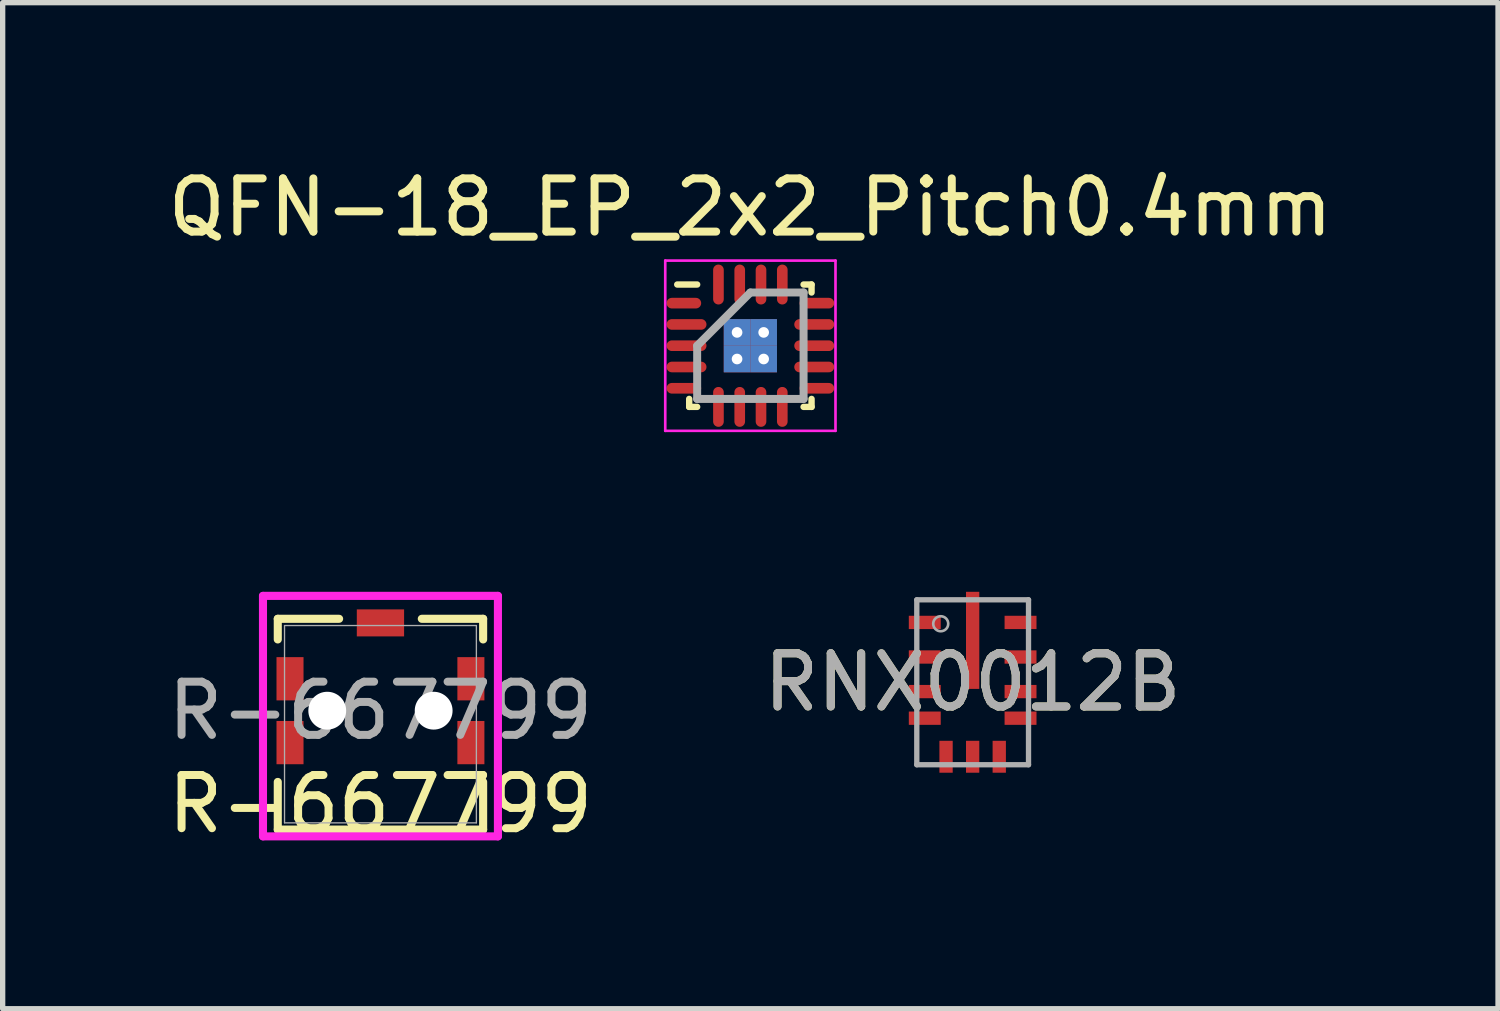
<source format=kicad_pcb>
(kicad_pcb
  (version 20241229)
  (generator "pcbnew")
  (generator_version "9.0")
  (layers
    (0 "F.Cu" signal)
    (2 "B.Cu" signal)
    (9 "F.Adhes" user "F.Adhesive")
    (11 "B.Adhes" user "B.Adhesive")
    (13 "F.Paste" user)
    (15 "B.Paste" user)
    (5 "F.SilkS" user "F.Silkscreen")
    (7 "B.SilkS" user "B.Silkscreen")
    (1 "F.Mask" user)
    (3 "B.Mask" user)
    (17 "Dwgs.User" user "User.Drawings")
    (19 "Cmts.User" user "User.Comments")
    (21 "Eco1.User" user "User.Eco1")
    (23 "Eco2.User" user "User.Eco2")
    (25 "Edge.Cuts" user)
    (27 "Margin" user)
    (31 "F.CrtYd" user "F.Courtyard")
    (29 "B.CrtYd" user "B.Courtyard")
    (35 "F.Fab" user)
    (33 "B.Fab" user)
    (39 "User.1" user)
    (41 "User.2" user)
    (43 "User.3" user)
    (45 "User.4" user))
  (footprint "RNX0012B"
    (layer "F.Cu")
    (at 15.232 9.774)
    (property "Reference" "RNX0012B" (at 0 0 0) (unlocked yes) (layer "F.SilkS") (effects (font (size 1 1) (thickness 0.15))))
    (attr smd)
    (fp_poly (pts (xy -0.125 -0.939) (xy -0.125 -1.651) (xy -0.124 -1.661) (xy -0.121 -1.67) (xy -0.117 -1.679) (xy -0.11 -1.686) (xy -0.103 -1.693) (xy -0.094 -1.697) (xy -0.085 -1.7) (xy -0.075 -1.701) (xy 0.075 -1.701) (xy 0.085 -1.7) (xy 0.094 -1.697) (xy 0.103 -1.693) (xy 0.11 -1.686) (xy 0.117 -1.679) (xy 0.121 -1.67) (xy 0.124 -1.661) (xy 0.125 -1.651) (xy 0.125 -0.939) (xy 0.124 -0.929) (xy 0.121 -0.92) (xy 0.117 -0.911) (xy 0.11 -0.904) (xy 0.103 -0.897) (xy 0.094 -0.893) (xy 0.085 -0.89) (xy 0.075 -0.889) (xy -0.075 -0.889) (xy -0.085 -0.89) (xy -0.094 -0.893) (xy -0.103 -0.897) (xy -0.11 -0.904) (xy -0.117 -0.911) (xy -0.121 -0.92) (xy -0.124 -0.929)) (stroke (width 0) (type solid)) (fill yes) (layer "F.Paste"))
    (fp_poly (pts (xy -0.125 0.076) (xy -0.125 -0.636) (xy -0.124 -0.646) (xy -0.121 -0.655) (xy -0.117 -0.664) (xy -0.11 -0.671) (xy -0.103 -0.678) (xy -0.094 -0.682) (xy -0.085 -0.685) (xy -0.075 -0.686) (xy 0.075 -0.686) (xy 0.085 -0.685) (xy 0.094 -0.682) (xy 0.103 -0.678) (xy 0.11 -0.671) (xy 0.117 -0.664) (xy 0.121 -0.655) (xy 0.124 -0.646) (xy 0.125 -0.636) (xy 0.125 0.076) (xy 0.124 0.086) (xy 0.121 0.095) (xy 0.117 0.104) (xy 0.11 0.111) (xy 0.103 0.118) (xy 0.094 0.122) (xy 0.085 0.125) (xy 0.075 0.126) (xy -0.075 0.126) (xy -0.085 0.125) (xy -0.094 0.122) (xy -0.103 0.118) (xy -0.11 0.111) (xy -0.117 0.104) (xy -0.121 0.095) (xy -0.124 0.086)) (stroke (width 0) (type solid)) (fill yes) (layer "F.Paste"))
    (fp_line (start -1.05 -1.55) (end 1.05 -1.55) (stroke (width 0.1) (type solid)) (layer "F.Fab"))
    (fp_line (start -1.05 1.55) (end -1.05 -1.55) (stroke (width 0.1) (type solid)) (layer "F.Fab"))
    (fp_line (start -1.05 1.55) (end 1.05 1.55) (stroke (width 0.1) (type solid)) (layer "F.Fab"))
    (fp_line (start 1.05 1.55) (end 1.05 -1.55) (stroke (width 0.1) (type solid)) (layer "F.Fab"))
    (fp_circle (center -0.6 -1.1) (end -0.459 -1.1) (stroke (width 0.05) (type solid)) (fill no) (layer "F.Fab"))
    (fp_text user "${REFERENCE}" (at 0 0 0) (unlocked yes) (layer "F.Fab") (effects (font (size 1 1) (thickness 0.15))))
    (pad "1" smd rect (at -0.9 -1.125) (size 0.6 0.25) (layers "F.Cu" "F.Mask" "F.Paste"))
    (pad "2" smd rect (at -0.9 -0.475) (size 0.6 0.25) (layers "F.Cu" "F.Mask" "F.Paste"))
    (pad "3" smd rect (at -0.9 0.175) (size 0.6 0.25) (layers "F.Cu" "F.Mask" "F.Paste"))
    (pad "4" smd rect (at -0.9 0.675) (size 0.6 0.25) (layers "F.Cu" "F.Mask" "F.Paste"))
    (pad "5" smd rect (at -0.5 1.4 90) (size 0.6 0.25) (layers "F.Cu" "F.Mask" "F.Paste"))
    (pad "6" smd rect (at 0 1.4 90) (size 0.6 0.25) (layers "F.Cu" "F.Mask" "F.Paste"))
    (pad "7" smd rect (at 0.5 1.4 90) (size 0.6 0.25) (layers "F.Cu" "F.Mask" "F.Paste"))
    (pad "8" smd rect (at 0.9 0.675) (size 0.6 0.25) (layers "F.Cu" "F.Mask" "F.Paste"))
    (pad "9" smd rect (at 0.9 0.175) (size 0.6 0.25) (layers "F.Cu" "F.Mask" "F.Paste"))
    (pad "10" smd rect (at 0.9 -0.475) (size 0.6 0.25) (layers "F.Cu" "F.Mask" "F.Paste"))
    (pad "11" smd rect (at 0.9 -1.125) (size 0.6 0.25) (layers "F.Cu" "F.Mask" "F.Paste"))
    (pad "12" smd rect (at 0 -0.788 90) (size 1.825 0.25) (layers "F.Cu" "F.Mask")))
  (footprint "R-667799"
    (layer "F.Cu")
    (at 4.101 10.562)
    (property "Reference" "R-667799" (at 0 1.5 0) (unlocked yes) (layer "F.SilkS") (effects (font (size 1 1) (thickness 0.15))))
    (attr smd)
    (fp_line (start -1.93 -1.981) (end -1.93 -1.593) (stroke (width 0.152) (type solid)) (layer "F.SilkS"))
    (fp_line (start -1.93 1.085) (end -1.93 1.981) (stroke (width 0.152) (type solid)) (layer "F.SilkS"))
    (fp_line (start -1.93 1.981) (end 1.93 1.981) (stroke (width 0.152) (type solid)) (layer "F.SilkS"))
    (fp_line (start -0.777 -1.981) (end -1.93 -1.981) (stroke (width 0.152) (type solid)) (layer "F.SilkS"))
    (fp_line (start 1.93 -1.981) (end 0.777 -1.981) (stroke (width 0.152) (type solid)) (layer "F.SilkS"))
    (fp_line (start 1.93 -1.593) (end 1.93 -1.981) (stroke (width 0.152) (type solid)) (layer "F.SilkS"))
    (fp_line (start 1.93 1.981) (end 1.93 1.085) (stroke (width 0.152) (type solid)) (layer "F.SilkS"))
    (fp_line (start -2.208 -2.412) (end -2.208 2.108) (stroke (width 0.152) (type solid)) (layer "F.CrtYd"))
    (fp_line (start -2.208 2.108) (end 2.208 2.108) (stroke (width 0.152) (type solid)) (layer "F.CrtYd"))
    (fp_line (start 2.208 -2.412) (end -2.208 -2.412) (stroke (width 0.152) (type solid)) (layer "F.CrtYd"))
    (fp_line (start 2.208 2.108) (end 2.208 -2.412) (stroke (width 0.152) (type solid)) (layer "F.CrtYd"))
    (fp_line (start -1.803 -1.854) (end -1.803 1.854) (stroke (width 0.025) (type solid)) (layer "F.Fab"))
    (fp_line (start -1.803 1.854) (end 1.803 1.854) (stroke (width 0.025) (type solid)) (layer "F.Fab"))
    (fp_line (start 1.803 -1.854) (end -1.803 -1.854) (stroke (width 0.025) (type solid)) (layer "F.Fab"))
    (fp_line (start 1.803 1.854) (end 1.803 -1.854) (stroke (width 0.025) (type solid)) (layer "F.Fab"))
    (fp_text user "${REFERENCE}" (at 0 -0.254 0) (unlocked yes) (layer "F.Fab") (effects (font (size 1 1) (thickness 0.15))))
    (pad "" np_thru_hole circle (at -1 -0.254) (size 0.711 0.711) (drill 0.711) (layers "*.Cu" "*.Mask"))
    (pad "" np_thru_hole circle (at 1 -0.254) (size 0.711 0.711) (drill 0.711) (layers "*.Cu" "*.Mask"))
    (pad "A" smd rect (at -1.7 0.346) (size 0.508 0.813) (layers "F.Cu" "F.Mask" "F.Paste"))
    (pad "B1" smd rect (at 1.7 0.346) (size 0.508 0.813) (layers "F.Cu" "F.Mask" "F.Paste"))
    (pad "B2" smd rect (at 1.7 -0.854) (size 0.508 0.813) (layers "F.Cu" "F.Mask" "F.Paste"))
    (pad "B3" smd rect (at 0 -1.904) (size 0.889 0.508) (layers "F.Cu" "F.Mask" "F.Paste"))
    (pad "G" smd rect (at -1.7 -0.854) (size 0.508 0.813) (layers "F.Cu" "F.Mask" "F.Paste")))
  (footprint "QFN-18_EP_2x2_Pitch0.4mm"
    (layer "F.Cu")
    (at 11.054 3.448)
    (property "Reference" "QFN-18_EP_2x2_Pitch0.4mm" (at 0 -2.6 0) (layer "F.SilkS") (effects (font (size 1 1) (thickness 0.15))))
    (attr through_hole)
    (fp_line (start -1.15 1.15) (end -1.15 1) (stroke (width 0.12) (type default)) (layer "F.SilkS"))
    (fp_line (start -1 -1.15) (end -1.375 -1.15) (stroke (width 0.12) (type default)) (layer "F.SilkS"))
    (fp_line (start -1 1.15) (end -1.15 1.15) (stroke (width 0.12) (type default)) (layer "F.SilkS"))
    (fp_line (start 1 -1.15) (end 1.15 -1.15) (stroke (width 0.12) (type default)) (layer "F.SilkS"))
    (fp_line (start 1 1.15) (end 1.15 1.15) (stroke (width 0.12) (type default)) (layer "F.SilkS"))
    (fp_line (start 1.15 -1.15) (end 1.15 -1) (stroke (width 0.12) (type default)) (layer "F.SilkS"))
    (fp_line (start 1.15 1.15) (end 1.15 1) (stroke (width 0.12) (type default)) (layer "F.SilkS"))
    (fp_line (start -1.6 -1.6) (end 1.6 -1.6) (stroke (width 0.05) (type default)) (layer "F.CrtYd"))
    (fp_line (start -1.6 1.6) (end -1.6 -1.6) (stroke (width 0.05) (type default)) (layer "F.CrtYd"))
    (fp_line (start 1.6 -1.6) (end 1.6 1.6) (stroke (width 0.05) (type default)) (layer "F.CrtYd"))
    (fp_line (start 1.6 1.6) (end -1.6 1.6) (stroke (width 0.05) (type default)) (layer "F.CrtYd"))
    (fp_line (start -1 0) (end -1 1) (stroke (width 0.15) (type default)) (layer "F.Fab"))
    (fp_line (start -1 1) (end 1 1) (stroke (width 0.15) (type default)) (layer "F.Fab"))
    (fp_line (start 0 -1) (end -1 0) (stroke (width 0.15) (type default)) (layer "F.Fab"))
    (fp_line (start 1 -1) (end 0 -1) (stroke (width 0.15) (type default)) (layer "F.Fab"))
    (fp_line (start 1 1) (end 1 -1) (stroke (width 0.15) (type default)) (layer "F.Fab"))
    (pad "1" smd oval (at -1.25 -0.8 90) (size 0.2 0.65) (layers "F.Cu" "F.Mask" "F.Paste"))
    (pad "2" smd oval (at -1.2 -0.4 90) (size 0.2 0.75) (layers "F.Cu" "F.Mask" "F.Paste"))
    (pad "3" smd oval (at -1.2 0 90) (size 0.2 0.75) (layers "F.Cu" "F.Mask" "F.Paste"))
    (pad "4" smd oval (at -1.2 0.4 90) (size 0.2 0.75) (layers "F.Cu" "F.Mask" "F.Paste"))
    (pad "5" smd oval (at -1.25 0.8 270) (size 0.2 0.65) (layers "F.Cu" "F.Mask" "F.Paste"))
    (pad "6" smd oval (at -0.6 1.15) (size 0.2 0.75) (layers "F.Cu" "F.Mask" "F.Paste"))
    (pad "7" smd oval (at -0.2 1.15) (size 0.2 0.75) (layers "F.Cu" "F.Mask" "F.Paste"))
    (pad "8" smd oval (at 0.2 1.15) (size 0.2 0.75) (layers "F.Cu" "F.Mask" "F.Paste"))
    (pad "9" smd oval (at 0.6 1.15) (size 0.2 0.75) (layers "F.Cu" "F.Mask" "F.Paste"))
    (pad "10" smd oval (at 1.25 0.8 90) (size 0.2 0.65) (layers "F.Cu" "F.Mask" "F.Paste"))
    (pad "11" smd oval (at 1.2 0.4 90) (size 0.2 0.75) (layers "F.Cu" "F.Mask" "F.Paste"))
    (pad "12" smd oval (at 1.2 0 90) (size 0.2 0.75) (layers "F.Cu" "F.Mask" "F.Paste"))
    (pad "13" smd oval (at 1.2 -0.4 270) (size 0.2 0.75) (layers "F.Cu" "F.Mask" "F.Paste"))
    (pad "14" smd oval (at 1.25 -0.8 270) (size 0.2 0.65) (layers "F.Cu" "F.Mask" "F.Paste"))
    (pad "15" smd oval (at 0.6 -1.15) (size 0.2 0.75) (layers "F.Cu" "F.Mask" "F.Paste"))
    (pad "16" smd oval (at 0.2 -1.15) (size 0.2 0.75) (layers "F.Cu" "F.Mask" "F.Paste"))
    (pad "17" smd oval (at -0.2 -1.15) (size 0.2 0.75) (layers "F.Cu" "F.Mask" "F.Paste"))
    (pad "18" smd oval (at -0.6 -1.15) (size 0.2 0.75) (layers "F.Cu" "F.Mask" "F.Paste"))
    (pad "19" thru_hole rect (at -0.25 -0.25) (size 0.5 0.5) (drill 0.2) (layers "*.Cu" "F.Mask" "F.Paste") (remove_unused_layers yes) (keep_end_layers yes) (zone_layer_connections))
    (pad "19" thru_hole rect (at -0.25 0.25) (size 0.5 0.5) (drill 0.2) (layers "*.Cu" "F.Mask" "F.Paste") (remove_unused_layers yes) (keep_end_layers yes) (zone_layer_connections))
    (pad "19" thru_hole rect (at 0.25 -0.25) (size 0.5 0.5) (drill 0.2) (layers "*.Cu" "F.Mask" "F.Paste") (remove_unused_layers yes) (keep_end_layers yes) (zone_layer_connections))
    (pad "19" thru_hole rect (at 0.25 0.25) (size 0.5 0.5) (drill 0.2) (layers "*.Cu" "F.Mask" "F.Paste") (remove_unused_layers yes) (keep_end_layers yes) (zone_layer_connections)))
  (gr_rect
    (start -3 -3)
    (end 25.107 15.91)
    (stroke (width 0.1) (type default))
    (fill no)
    (layer "Edge.Cuts")))
</source>
